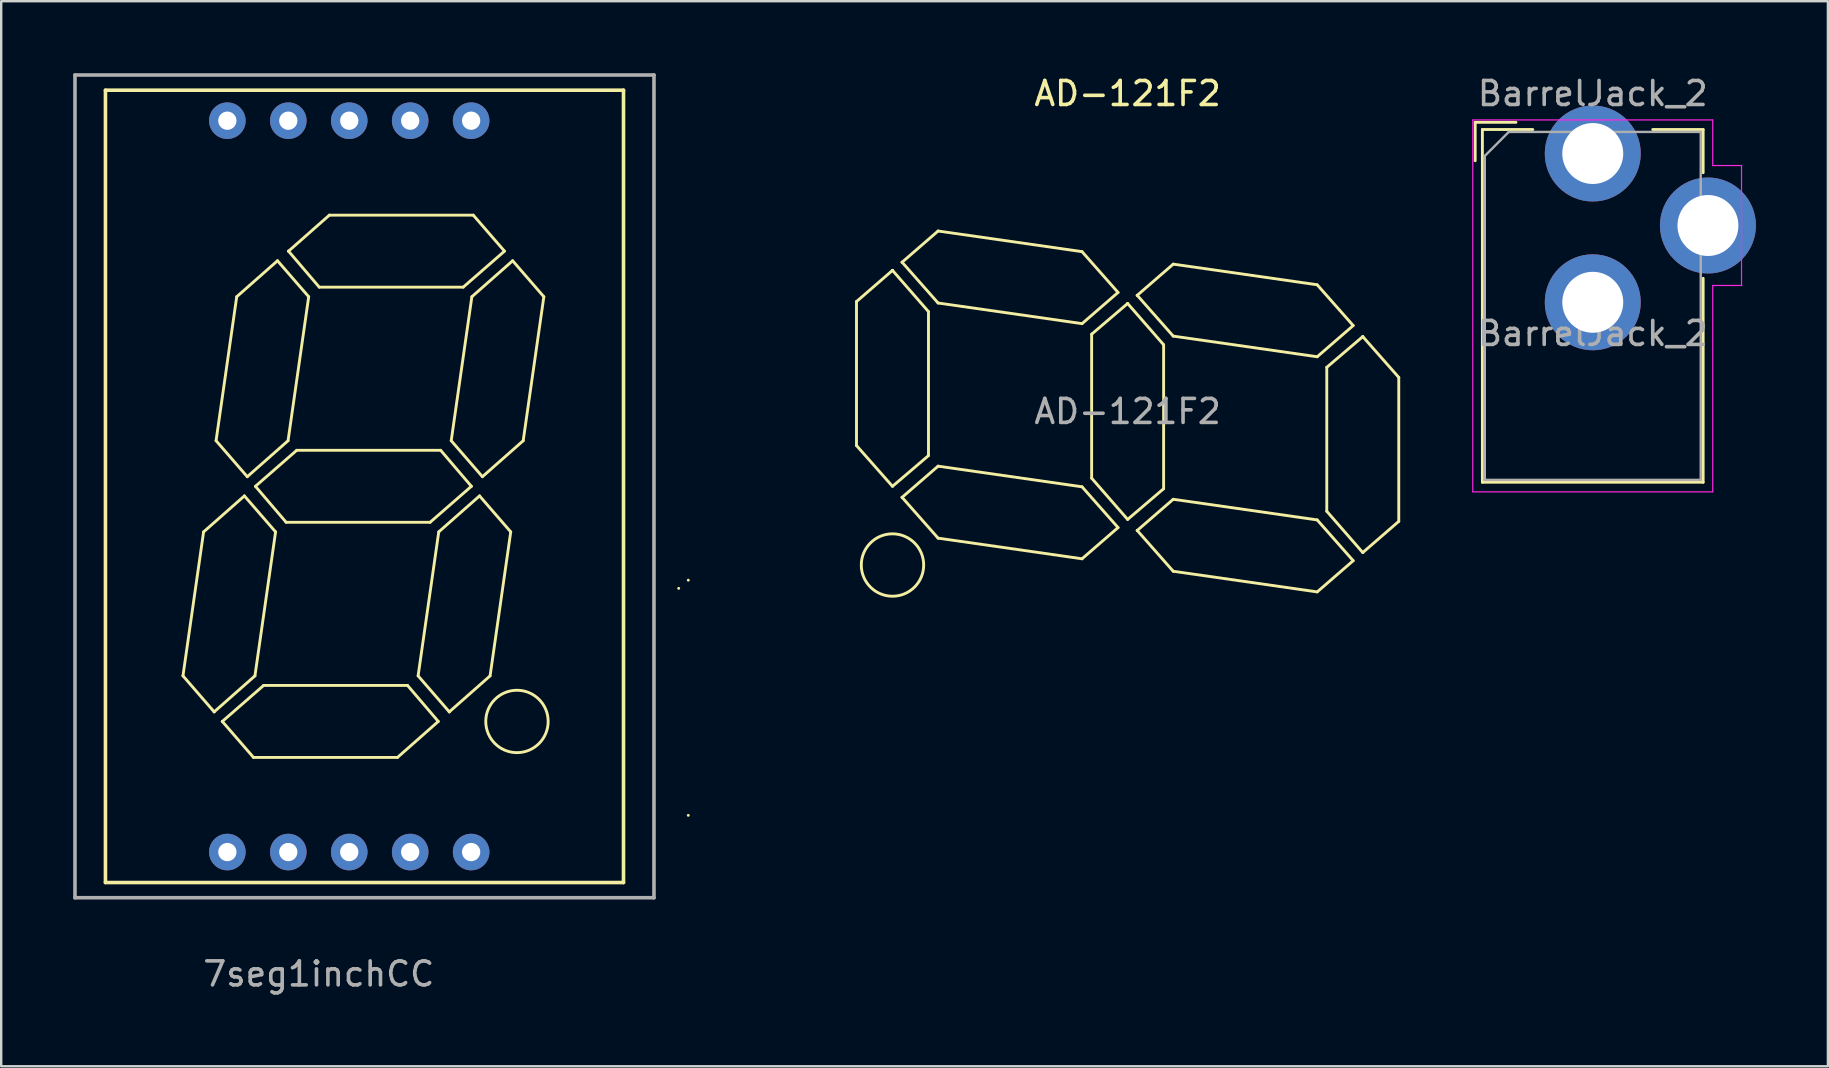
<source format=kicad_pcb>
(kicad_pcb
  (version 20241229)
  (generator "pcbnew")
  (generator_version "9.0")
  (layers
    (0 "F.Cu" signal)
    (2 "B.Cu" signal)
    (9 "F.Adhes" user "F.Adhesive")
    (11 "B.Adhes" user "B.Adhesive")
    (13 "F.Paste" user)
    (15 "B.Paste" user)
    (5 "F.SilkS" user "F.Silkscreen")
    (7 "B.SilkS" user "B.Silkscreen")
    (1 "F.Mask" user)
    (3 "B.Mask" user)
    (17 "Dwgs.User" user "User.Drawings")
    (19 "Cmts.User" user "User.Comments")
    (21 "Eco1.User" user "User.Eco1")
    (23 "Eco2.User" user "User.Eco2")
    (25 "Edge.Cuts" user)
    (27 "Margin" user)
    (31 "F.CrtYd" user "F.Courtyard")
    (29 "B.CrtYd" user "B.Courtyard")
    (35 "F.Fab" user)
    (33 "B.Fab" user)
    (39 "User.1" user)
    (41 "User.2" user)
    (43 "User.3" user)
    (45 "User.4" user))
  (footprint "7seg1inchCC"
    (layer "F.Cu")
    (at 10.235 17.22)
    (property "Reference" "7seg1inchCC" (at 0 20.32 0) (layer "F.Fab") (effects (font (size 1 1) (thickness 0.15))))
    (attr through_hole)
    (fp_line (start -8.89 -16.51) (end 12.7 -16.51) (stroke (width 0.15) (type solid)) (layer "F.SilkS"))
    (fp_line (start -8.89 16.51) (end -8.89 -16.51) (stroke (width 0.15) (type solid)) (layer "F.SilkS"))
    (fp_line (start -5.66 7.897) (end -4.36 9.397) (stroke (width 0.12) (type solid)) (layer "F.SilkS"))
    (fp_line (start -4.8 1.897) (end -5.66 7.897) (stroke (width 0.12) (type solid)) (layer "F.SilkS"))
    (fp_line (start -4.36 9.397) (end -4.36 9.397) (stroke (width 0.12) (type solid)) (layer "F.SilkS"))
    (fp_line (start -4.36 9.397) (end -2.66 7.897) (stroke (width 0.12) (type solid)) (layer "F.SilkS"))
    (fp_line (start -4.28 -1.903) (end -2.98 -0.403) (stroke (width 0.12) (type solid)) (layer "F.SilkS"))
    (fp_line (start -4.02 9.797) (end -4.02 9.797) (stroke (width 0.12) (type solid)) (layer "F.SilkS"))
    (fp_line (start -4.02 9.797) (end -2.3 8.297) (stroke (width 0.12) (type solid)) (layer "F.SilkS"))
    (fp_line (start -3.42 -7.903) (end -4.28 -1.903) (stroke (width 0.12) (type solid)) (layer "F.SilkS"))
    (fp_line (start -3.1 0.397) (end -4.8 1.897) (stroke (width 0.12) (type solid)) (layer "F.SilkS"))
    (fp_line (start -2.98 -0.403) (end -1.28 -1.903) (stroke (width 0.12) (type solid)) (layer "F.SilkS"))
    (fp_line (start -2.72 11.297) (end -4.02 9.797) (stroke (width 0.12) (type solid)) (layer "F.SilkS"))
    (fp_line (start -2.66 7.897) (end -1.8 1.897) (stroke (width 0.12) (type solid)) (layer "F.SilkS"))
    (fp_line (start -2.64 -0.003) (end -0.92 -1.503) (stroke (width 0.12) (type solid)) (layer "F.SilkS"))
    (fp_line (start -2.3 8.297) (end 3.7 8.297) (stroke (width 0.12) (type solid)) (layer "F.SilkS"))
    (fp_line (start -1.8 1.897) (end -3.1 0.397) (stroke (width 0.12) (type solid)) (layer "F.SilkS"))
    (fp_line (start -1.72 -9.403) (end -3.42 -7.903) (stroke (width 0.12) (type solid)) (layer "F.SilkS"))
    (fp_line (start -1.36 1.497) (end -2.64 -0.003) (stroke (width 0.12) (type solid)) (layer "F.SilkS"))
    (fp_line (start -1.28 -1.903) (end -0.42 -7.903) (stroke (width 0.12) (type solid)) (layer "F.SilkS"))
    (fp_line (start -1.26 -9.803) (end -1.26 -9.803) (stroke (width 0.12) (type solid)) (layer "F.SilkS"))
    (fp_line (start -1.26 -9.803) (end 0.44 -11.303) (stroke (width 0.12) (type solid)) (layer "F.SilkS"))
    (fp_line (start -0.92 -1.503) (end 5.08 -1.503) (stroke (width 0.12) (type solid)) (layer "F.SilkS"))
    (fp_line (start -0.42 -7.903) (end -1.72 -9.403) (stroke (width 0.12) (type solid)) (layer "F.SilkS"))
    (fp_line (start 0.02 -8.303) (end -1.26 -9.803) (stroke (width 0.12) (type solid)) (layer "F.SilkS"))
    (fp_line (start 0.44 -11.303) (end 6.44 -11.303) (stroke (width 0.12) (type solid)) (layer "F.SilkS"))
    (fp_line (start 3.28 11.297) (end -2.72 11.297) (stroke (width 0.12) (type solid)) (layer "F.SilkS"))
    (fp_line (start 3.7 8.297) (end 4.98 9.797) (stroke (width 0.12) (type solid)) (layer "F.SilkS"))
    (fp_line (start 4.14 7.897) (end 5.44 9.397) (stroke (width 0.12) (type solid)) (layer "F.SilkS"))
    (fp_line (start 4.64 1.497) (end -1.36 1.497) (stroke (width 0.12) (type solid)) (layer "F.SilkS"))
    (fp_line (start 4.98 9.797) (end 3.28 11.297) (stroke (width 0.12) (type solid)) (layer "F.SilkS"))
    (fp_line (start 5 1.897) (end 4.14 7.897) (stroke (width 0.12) (type solid)) (layer "F.SilkS"))
    (fp_line (start 5.08 -1.503) (end 6.36 -0.003) (stroke (width 0.12) (type solid)) (layer "F.SilkS"))
    (fp_line (start 5.44 9.397) (end 5.44 9.397) (stroke (width 0.12) (type solid)) (layer "F.SilkS"))
    (fp_line (start 5.44 9.397) (end 7.14 7.897) (stroke (width 0.12) (type solid)) (layer "F.SilkS"))
    (fp_line (start 5.52 -1.903) (end 6.82 -0.403) (stroke (width 0.12) (type solid)) (layer "F.SilkS"))
    (fp_line (start 6.02 -8.303) (end 0.02 -8.303) (stroke (width 0.12) (type solid)) (layer "F.SilkS"))
    (fp_line (start 6.36 -0.003) (end 4.64 1.497) (stroke (width 0.12) (type solid)) (layer "F.SilkS"))
    (fp_line (start 6.38 -7.903) (end 5.52 -1.903) (stroke (width 0.12) (type solid)) (layer "F.SilkS"))
    (fp_line (start 6.44 -11.303) (end 7.74 -9.803) (stroke (width 0.12) (type solid)) (layer "F.SilkS"))
    (fp_line (start 6.7 0.397) (end 5 1.897) (stroke (width 0.12) (type solid)) (layer "F.SilkS"))
    (fp_line (start 6.82 -0.403) (end 8.52 -1.903) (stroke (width 0.12) (type solid)) (layer "F.SilkS"))
    (fp_line (start 7.14 7.897) (end 8 1.897) (stroke (width 0.12) (type solid)) (layer "F.SilkS"))
    (fp_line (start 7.74 -9.803) (end 6.02 -8.303) (stroke (width 0.12) (type solid)) (layer "F.SilkS"))
    (fp_line (start 8 1.897) (end 6.7 0.397) (stroke (width 0.12) (type solid)) (layer "F.SilkS"))
    (fp_line (start 8.08 -9.403) (end 6.38 -7.903) (stroke (width 0.12) (type solid)) (layer "F.SilkS"))
    (fp_line (start 8.52 -1.903) (end 9.38 -7.903) (stroke (width 0.12) (type solid)) (layer "F.SilkS"))
    (fp_line (start 9.38 -7.903) (end 8.08 -9.403) (stroke (width 0.12) (type solid)) (layer "F.SilkS"))
    (fp_line (start 12.7 -16.51) (end 12.7 16.51) (stroke (width 0.15) (type solid)) (layer "F.SilkS"))
    (fp_line (start 12.7 16.51) (end -8.89 16.51) (stroke (width 0.15) (type solid)) (layer "F.SilkS"))
    (fp_line (start 15 4.25) (end 15 4.25) (stroke (width 0.12) (type solid)) (layer "F.SilkS"))
    (fp_line (start 15.4 3.91) (end 15.4 3.91) (stroke (width 0.12) (type solid)) (layer "F.SilkS"))
    (fp_line (start 15.4 13.71) (end 15.4 13.71) (stroke (width 0.12) (type solid)) (layer "F.SilkS"))
    (fp_circle (center 8.26 9.797) (end 8.26 8.497) (stroke (width 0.12) (type solid)) (fill no) (layer "F.SilkS"))
    (fp_line (start -10.16 -17.145) (end 13.97 -17.145) (stroke (width 0.15) (type solid)) (layer "F.Fab"))
    (fp_line (start -10.16 17.145) (end -10.16 -17.145) (stroke (width 0.15) (type solid)) (layer "F.Fab"))
    (fp_line (start 13.97 -17.145) (end 13.97 17.145) (stroke (width 0.15) (type solid)) (layer "F.Fab"))
    (fp_line (start 13.97 17.145) (end -10.16 17.145) (stroke (width 0.15) (type solid)) (layer "F.Fab"))
    (pad "1" thru_hole circle (at -3.81 15.24 180) (size 1.524 1.524) (drill 0.762) (layers "*.Cu" "*.Mask"))
    (pad "2" thru_hole circle (at -1.27 15.24 180) (size 1.524 1.524) (drill 0.762) (layers "*.Cu" "*.Mask"))
    (pad "3" thru_hole circle (at 1.27 15.24 180) (size 1.524 1.524) (drill 0.762) (layers "*.Cu" "*.Mask"))
    (pad "4" thru_hole circle (at 3.81 15.24 180) (size 1.524 1.524) (drill 0.762) (layers "*.Cu" "*.Mask"))
    (pad "5" thru_hole circle (at 6.35 15.24 180) (size 1.524 1.524) (drill 0.762) (layers "*.Cu" "*.Mask"))
    (pad "6" thru_hole circle (at 6.35 -15.24 180) (size 1.524 1.524) (drill 0.762) (layers "*.Cu" "*.Mask"))
    (pad "7" thru_hole circle (at 3.81 -15.24 180) (size 1.524 1.524) (drill 0.762) (layers "*.Cu" "*.Mask"))
    (pad "8" thru_hole circle (at 1.27 -15.24 180) (size 1.524 1.524) (drill 0.762) (layers "*.Cu" "*.Mask"))
    (pad "9" thru_hole circle (at -1.27 -15.24 180) (size 1.524 1.524) (drill 0.762) (layers "*.Cu" "*.Mask"))
    (pad "10" thru_hole circle (at -3.81 -15.24 180) (size 1.524 1.524) (drill 0.762) (layers "*.Cu" "*.Mask")))
  (footprint "AD-121F2"
    (layer "F.Cu")
    (at 28.945 5.348)
    (property "Reference" "AD-121F2" (at 15 -4.5 0) (layer "F.SilkS") (effects (font (size 1 1) (thickness 0.15))))
    (attr through_hole)
    (fp_line (start 3.7 4.17) (end 5.2 2.87) (stroke (width 0.12) (type solid)) (layer "F.SilkS"))
    (fp_line (start 3.7 10.17) (end 3.7 4.17) (stroke (width 0.12) (type solid)) (layer "F.SilkS"))
    (fp_line (start 5.2 2.87) (end 5.2 2.87) (stroke (width 0.12) (type solid)) (layer "F.SilkS"))
    (fp_line (start 5.2 2.87) (end 6.7 4.59) (stroke (width 0.12) (type solid)) (layer "F.SilkS"))
    (fp_line (start 5.2 11.87) (end 3.7 10.17) (stroke (width 0.12) (type solid)) (layer "F.SilkS"))
    (fp_line (start 5.6 2.53) (end 5.6 2.53) (stroke (width 0.12) (type solid)) (layer "F.SilkS"))
    (fp_line (start 5.6 2.53) (end 7.1 4.23) (stroke (width 0.12) (type solid)) (layer "F.SilkS"))
    (fp_line (start 5.6 12.33) (end 5.6 12.33) (stroke (width 0.12) (type solid)) (layer "F.SilkS"))
    (fp_line (start 5.6 12.33) (end 7.1 14.03) (stroke (width 0.12) (type solid)) (layer "F.SilkS"))
    (fp_line (start 6.7 4.59) (end 6.7 10.59) (stroke (width 0.12) (type solid)) (layer "F.SilkS"))
    (fp_line (start 6.7 10.59) (end 5.2 11.87) (stroke (width 0.12) (type solid)) (layer "F.SilkS"))
    (fp_line (start 7.1 1.23) (end 5.6 2.53) (stroke (width 0.12) (type solid)) (layer "F.SilkS"))
    (fp_line (start 7.1 4.23) (end 13.1 5.09) (stroke (width 0.12) (type solid)) (layer "F.SilkS"))
    (fp_line (start 7.1 11.03) (end 5.6 12.33) (stroke (width 0.12) (type solid)) (layer "F.SilkS"))
    (fp_line (start 7.1 14.03) (end 13.1 14.89) (stroke (width 0.12) (type solid)) (layer "F.SilkS"))
    (fp_line (start 13.1 2.09) (end 7.1 1.23) (stroke (width 0.12) (type solid)) (layer "F.SilkS"))
    (fp_line (start 13.1 5.09) (end 14.6 3.79) (stroke (width 0.12) (type solid)) (layer "F.SilkS"))
    (fp_line (start 13.1 11.89) (end 7.1 11.03) (stroke (width 0.12) (type solid)) (layer "F.SilkS"))
    (fp_line (start 13.1 14.89) (end 14.6 13.59) (stroke (width 0.12) (type solid)) (layer "F.SilkS"))
    (fp_line (start 13.5 5.53) (end 15 4.25) (stroke (width 0.12) (type solid)) (layer "F.SilkS"))
    (fp_line (start 13.5 11.53) (end 13.5 5.53) (stroke (width 0.12) (type solid)) (layer "F.SilkS"))
    (fp_line (start 14.6 3.79) (end 13.1 2.09) (stroke (width 0.12) (type solid)) (layer "F.SilkS"))
    (fp_line (start 14.6 13.59) (end 13.1 11.89) (stroke (width 0.12) (type solid)) (layer "F.SilkS"))
    (fp_line (start 15 4.25) (end 15 4.25) (stroke (width 0.12) (type solid)) (layer "F.SilkS"))
    (fp_line (start 15 4.25) (end 16.5 5.97) (stroke (width 0.12) (type solid)) (layer "F.SilkS"))
    (fp_line (start 15 13.25) (end 13.5 11.53) (stroke (width 0.12) (type solid)) (layer "F.SilkS"))
    (fp_line (start 15.4 3.91) (end 15.4 3.91) (stroke (width 0.12) (type solid)) (layer "F.SilkS"))
    (fp_line (start 15.4 3.91) (end 16.9 5.61) (stroke (width 0.12) (type solid)) (layer "F.SilkS"))
    (fp_line (start 15.4 13.71) (end 15.4 13.71) (stroke (width 0.12) (type solid)) (layer "F.SilkS"))
    (fp_line (start 15.4 13.71) (end 16.9 15.41) (stroke (width 0.12) (type solid)) (layer "F.SilkS"))
    (fp_line (start 16.5 5.97) (end 16.5 11.97) (stroke (width 0.12) (type solid)) (layer "F.SilkS"))
    (fp_line (start 16.5 11.97) (end 15 13.25) (stroke (width 0.12) (type solid)) (layer "F.SilkS"))
    (fp_line (start 16.9 2.61) (end 15.4 3.91) (stroke (width 0.12) (type solid)) (layer "F.SilkS"))
    (fp_line (start 16.9 5.61) (end 22.9 6.47) (stroke (width 0.12) (type solid)) (layer "F.SilkS"))
    (fp_line (start 16.9 12.41) (end 15.4 13.71) (stroke (width 0.12) (type solid)) (layer "F.SilkS"))
    (fp_line (start 16.9 15.41) (end 22.9 16.27) (stroke (width 0.12) (type solid)) (layer "F.SilkS"))
    (fp_line (start 22.9 3.47) (end 16.9 2.61) (stroke (width 0.12) (type solid)) (layer "F.SilkS"))
    (fp_line (start 22.9 6.47) (end 24.4 5.17) (stroke (width 0.12) (type solid)) (layer "F.SilkS"))
    (fp_line (start 22.9 13.27) (end 16.9 12.41) (stroke (width 0.12) (type solid)) (layer "F.SilkS"))
    (fp_line (start 22.9 16.27) (end 24.4 14.97) (stroke (width 0.12) (type solid)) (layer "F.SilkS"))
    (fp_line (start 23.3 6.91) (end 24.8 5.63) (stroke (width 0.12) (type solid)) (layer "F.SilkS"))
    (fp_line (start 23.3 12.91) (end 23.3 6.91) (stroke (width 0.12) (type solid)) (layer "F.SilkS"))
    (fp_line (start 24.4 5.17) (end 22.9 3.47) (stroke (width 0.12) (type solid)) (layer "F.SilkS"))
    (fp_line (start 24.4 14.97) (end 22.9 13.27) (stroke (width 0.12) (type solid)) (layer "F.SilkS"))
    (fp_line (start 24.8 5.63) (end 24.8 5.63) (stroke (width 0.12) (type solid)) (layer "F.SilkS"))
    (fp_line (start 24.8 5.63) (end 26.3 7.33) (stroke (width 0.12) (type solid)) (layer "F.SilkS"))
    (fp_line (start 24.8 14.63) (end 23.3 12.91) (stroke (width 0.12) (type solid)) (layer "F.SilkS"))
    (fp_line (start 26.3 7.33) (end 26.3 13.33) (stroke (width 0.12) (type solid)) (layer "F.SilkS"))
    (fp_line (start 26.3 13.33) (end 24.8 14.63) (stroke (width 0.12) (type solid)) (layer "F.SilkS"))
    (fp_circle (center 5.2 15.15) (end 6.5 15.15) (stroke (width 0.12) (type solid)) (fill no) (layer "F.SilkS"))
    (fp_text user "${REFERENCE}" (at 15 8.75 0) (layer "F.Fab") (effects (font (size 1 1) (thickness 0.15)))))
  (footprint "BarrelJack_2"
    (layer "F.Cu")
    (at 63.33 3.348)
    (property "Reference" "BarrelJack_2" (at 0 -2.5 0) (layer "F.Fab") (effects (font (size 1 1) (thickness 0.15))))
    (attr through_hole)
    (fp_line (start -4.9 -1.3) (end -4.9 0.3) (stroke (width 0.12) (type solid)) (layer "F.SilkS"))
    (fp_line (start -4.6 -1) (end -2.5 -1) (stroke (width 0.12) (type solid)) (layer "F.SilkS"))
    (fp_line (start -4.6 13.7) (end -4.6 -1) (stroke (width 0.12) (type solid)) (layer "F.SilkS"))
    (fp_line (start -3.2 -1.3) (end -4.9 -1.3) (stroke (width 0.12) (type solid)) (layer "F.SilkS"))
    (fp_line (start 2.5 -1) (end 4.6 -1) (stroke (width 0.12) (type solid)) (layer "F.SilkS"))
    (fp_line (start 4.6 -1) (end 4.6 0.8) (stroke (width 0.12) (type solid)) (layer "F.SilkS"))
    (fp_line (start 4.6 5.2) (end 4.6 13.7) (stroke (width 0.12) (type solid)) (layer "F.SilkS"))
    (fp_line (start 4.6 13.7) (end -4.6 13.7) (stroke (width 0.12) (type solid)) (layer "F.SilkS"))
    (fp_line (start -5 -1.4) (end -5 14.1) (stroke (width 0.05) (type solid)) (layer "F.CrtYd"))
    (fp_line (start -5 14.1) (end 5 14.1) (stroke (width 0.05) (type solid)) (layer "F.CrtYd"))
    (fp_line (start 5 -1.4) (end -5 -1.4) (stroke (width 0.05) (type solid)) (layer "F.CrtYd"))
    (fp_line (start 5 0.5) (end 5 -1.4) (stroke (width 0.05) (type solid)) (layer "F.CrtYd"))
    (fp_line (start 5 14.1) (end 5 5.5) (stroke (width 0.05) (type solid)) (layer "F.CrtYd"))
    (fp_line (start 6.2 0.5) (end 5 0.5) (stroke (width 0.05) (type solid)) (layer "F.CrtYd"))
    (fp_line (start 6.2 0.5) (end 6.2 5.5) (stroke (width 0.05) (type solid)) (layer "F.CrtYd"))
    (fp_line (start 6.2 5.5) (end 5 5.5) (stroke (width 0.05) (type solid)) (layer "F.CrtYd"))
    (fp_line (start -4.5 0.1) (end -3.5 -0.9) (stroke (width 0.1) (type solid)) (layer "F.Fab"))
    (fp_line (start -4.5 13.6) (end -4.5 0.1) (stroke (width 0.1) (type solid)) (layer "F.Fab"))
    (fp_line (start 4.5 -0.9) (end -3.5 -0.9) (stroke (width 0.1) (type solid)) (layer "F.Fab"))
    (fp_line (start 4.5 -0.9) (end 4.5 13.6) (stroke (width 0.1) (type solid)) (layer "F.Fab"))
    (fp_line (start 4.5 13.6) (end -4.5 13.6) (stroke (width 0.1) (type solid)) (layer "F.Fab"))
    (fp_text user "${REFERENCE}" (at 0 7.5 0) (layer "F.Fab") (effects (font (size 1 1) (thickness 0.15))))
    (pad "1" thru_hole circle (at 0 0) (size 4 4) (drill 2.54) (layers "*.Cu" "*.Mask"))
    (pad "2" thru_hole circle (at 0 6.2) (size 4 4) (drill 2.54) (layers "*.Cu" "*.Mask"))
    (pad "3" thru_hole circle (at 4.8 3) (size 4 4) (drill 2.54) (layers "*.Cu" "*.Mask")))
  (gr_rect
    (start -3 -3)
    (end 73.13 41.388)
    (stroke (width 0.1) (type default))
    (fill no)
    (layer "Edge.Cuts")))
</source>
